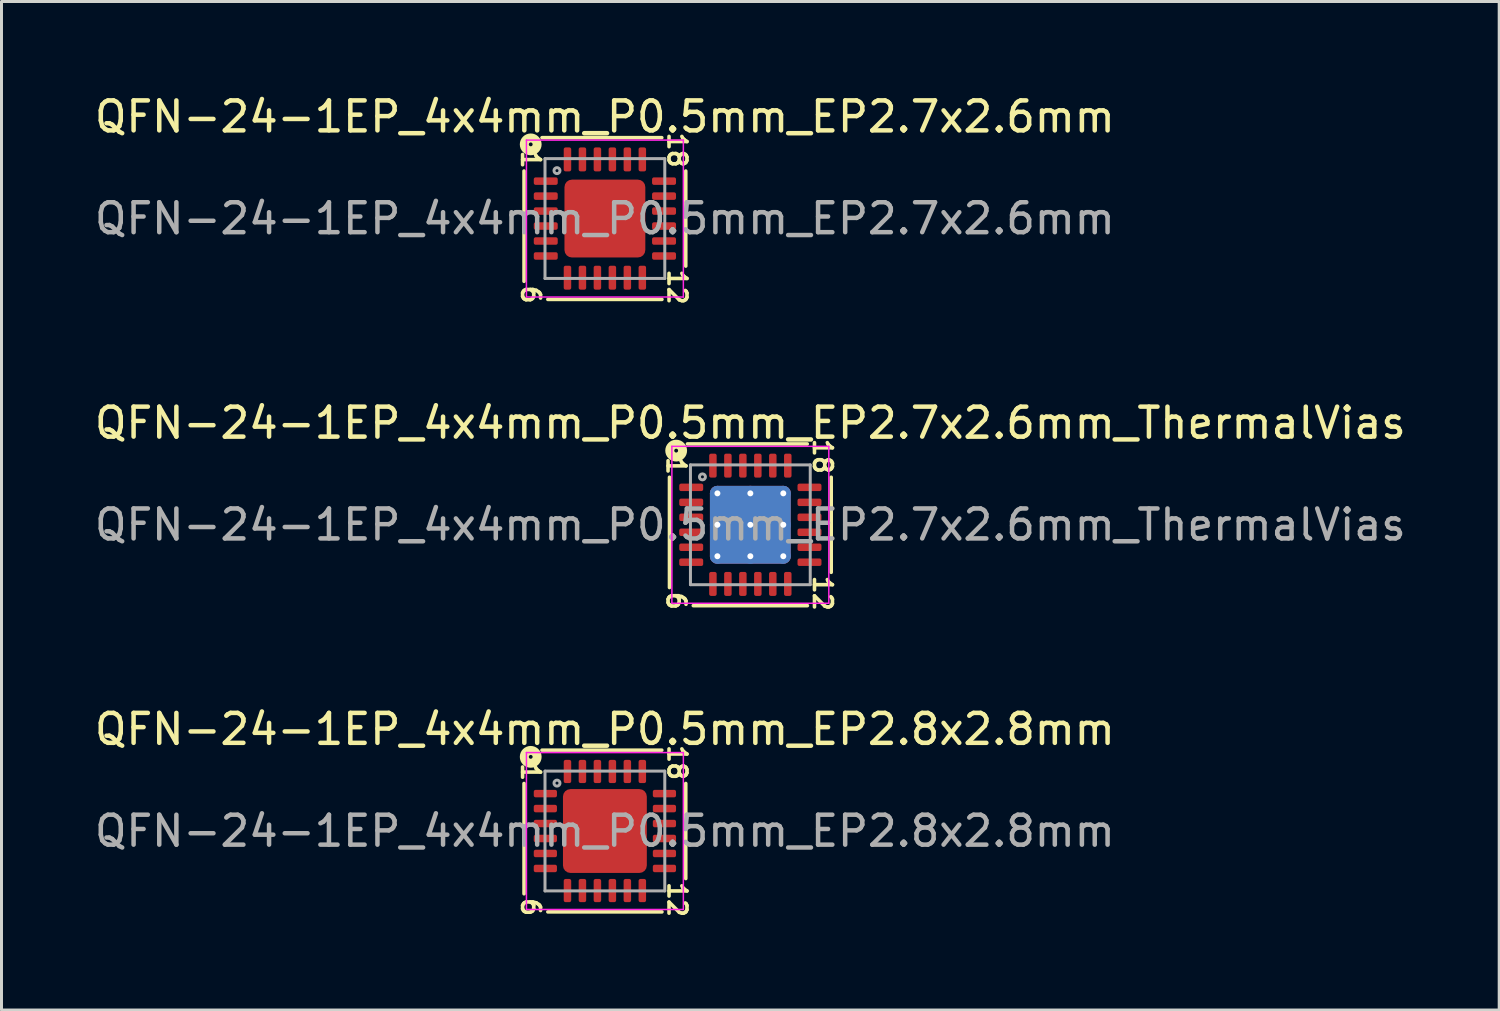
<source format=kicad_pcb>
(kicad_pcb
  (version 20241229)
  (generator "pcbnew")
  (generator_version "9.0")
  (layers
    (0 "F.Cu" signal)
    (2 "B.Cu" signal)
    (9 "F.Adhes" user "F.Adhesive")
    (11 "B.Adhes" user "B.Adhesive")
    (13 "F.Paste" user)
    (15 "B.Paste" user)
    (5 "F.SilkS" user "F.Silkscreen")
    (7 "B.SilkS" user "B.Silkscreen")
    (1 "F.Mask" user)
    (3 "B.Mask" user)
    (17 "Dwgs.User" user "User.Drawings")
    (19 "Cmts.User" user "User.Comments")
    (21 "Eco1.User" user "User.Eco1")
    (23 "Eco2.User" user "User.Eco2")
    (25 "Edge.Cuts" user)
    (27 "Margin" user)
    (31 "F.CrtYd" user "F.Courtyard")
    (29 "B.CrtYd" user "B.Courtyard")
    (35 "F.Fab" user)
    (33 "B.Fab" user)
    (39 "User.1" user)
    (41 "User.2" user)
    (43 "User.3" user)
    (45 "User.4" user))
  (footprint "QFN-24-1EP_4x4mm_P0.5mm_EP2.8x2.8mm"
    (layer "F.Cu")
    (at 17.149 24.7)
    (property "Reference" "QFN-24-1EP_4x4mm_P0.5mm_EP2.8x2.8mm" (at 0 -3.4 0) (layer "F.SilkS") (effects (font (size 1 1) (thickness 0.15))))
    (attr smd)
    (fp_line (start -2.7 -1.587) (end -2.7 2.095) (stroke (width 0.12) (type solid)) (layer "F.SilkS"))
    (fp_line (start -1.905 2.7) (end 1.905 2.7) (stroke (width 0.12) (type solid)) (layer "F.SilkS"))
    (fp_line (start 1.9 -2.7) (end -2.1 -2.7) (stroke (width 0.12) (type solid)) (layer "F.SilkS"))
    (fp_line (start 2.7 1.587) (end 2.7 -1.587) (stroke (width 0.12) (type solid)) (layer "F.SilkS"))
    (fp_circle (center -2.477 -2.477) (end -2.413 -2.477) (stroke (width 0.3) (type solid)) (fill no) (layer "F.SilkS"))
    (fp_line (start -2.62 -2.62) (end -2.62 2.62) (stroke (width 0.05) (type solid)) (layer "F.CrtYd"))
    (fp_line (start -2.62 2.62) (end 2.62 2.62) (stroke (width 0.05) (type solid)) (layer "F.CrtYd"))
    (fp_line (start 2.62 -2.62) (end -2.62 -2.62) (stroke (width 0.05) (type solid)) (layer "F.CrtYd"))
    (fp_line (start 2.62 2.62) (end 2.62 -2.62) (stroke (width 0.05) (type solid)) (layer "F.CrtYd"))
    (fp_line (start -2 -2) (end 2 -2) (stroke (width 0.1) (type solid)) (layer "F.Fab"))
    (fp_line (start -2 2) (end -2 -2) (stroke (width 0.1) (type solid)) (layer "F.Fab"))
    (fp_line (start 2 -2) (end 2 2) (stroke (width 0.1) (type solid)) (layer "F.Fab"))
    (fp_line (start 2 2) (end -2 2) (stroke (width 0.1) (type solid)) (layer "F.Fab"))
    (fp_circle (center -1.6 -1.6) (end -1.5 -1.6) (stroke (width 0.1) (type solid)) (fill no) (layer "F.Fab"))
    (fp_text user "18" (at 2.413 -2.286 270) (unlocked yes) (layer "F.SilkS") (effects (font (size 0.6 0.6) (thickness 0.12))))
    (fp_text user "12" (at 2.413 2.286 270) (unlocked yes) (layer "F.SilkS") (effects (font (size 0.6 0.6) (thickness 0.12))))
    (fp_text user "1" (at -2.477 -1.968 270) (unlocked yes) (layer "F.SilkS") (effects (font (size 0.6 0.6) (thickness 0.12))))
    (fp_text user "6" (at -2.477 2.54 270) (unlocked yes) (layer "F.SilkS") (effects (font (size 0.6 0.6) (thickness 0.12))))
    (fp_text user "${REFERENCE}" (at 0 0 0) (layer "F.Fab") (effects (font (size 1 1) (thickness 0.15))))
    (pad "" smd roundrect (at -0.7 -0.7) (size 1.13 1.13) (layers "F.Paste") (roundrect_rratio 0.221))
    (pad "" smd roundrect (at -0.7 0.7) (size 1.13 1.13) (layers "F.Paste") (roundrect_rratio 0.221))
    (pad "" smd roundrect (at 0.7 -0.7) (size 1.13 1.13) (layers "F.Paste") (roundrect_rratio 0.221))
    (pad "" smd roundrect (at 0.7 0.7) (size 1.13 1.13) (layers "F.Paste") (roundrect_rratio 0.221))
    (pad "1" smd roundrect (at -1.988 -1.25) (size 0.775 0.25) (layers "F.Cu" "F.Mask" "F.Paste") (roundrect_rratio 0.25))
    (pad "2" smd roundrect (at -1.988 -0.75) (size 0.775 0.25) (layers "F.Cu" "F.Mask" "F.Paste") (roundrect_rratio 0.25))
    (pad "3" smd roundrect (at -1.988 -0.25) (size 0.775 0.25) (layers "F.Cu" "F.Mask" "F.Paste") (roundrect_rratio 0.25))
    (pad "4" smd roundrect (at -1.988 0.25) (size 0.775 0.25) (layers "F.Cu" "F.Mask" "F.Paste") (roundrect_rratio 0.25))
    (pad "5" smd roundrect (at -1.988 0.75) (size 0.775 0.25) (layers "F.Cu" "F.Mask" "F.Paste") (roundrect_rratio 0.25))
    (pad "6" smd roundrect (at -1.988 1.25) (size 0.775 0.25) (layers "F.Cu" "F.Mask" "F.Paste") (roundrect_rratio 0.25))
    (pad "7" smd roundrect (at -1.25 1.988) (size 0.25 0.775) (layers "F.Cu" "F.Mask" "F.Paste") (roundrect_rratio 0.25))
    (pad "8" smd roundrect (at -0.75 1.988) (size 0.25 0.775) (layers "F.Cu" "F.Mask" "F.Paste") (roundrect_rratio 0.25))
    (pad "9" smd roundrect (at -0.25 1.988) (size 0.25 0.775) (layers "F.Cu" "F.Mask" "F.Paste") (roundrect_rratio 0.25))
    (pad "10" smd roundrect (at 0.25 1.988) (size 0.25 0.775) (layers "F.Cu" "F.Mask" "F.Paste") (roundrect_rratio 0.25))
    (pad "11" smd roundrect (at 0.75 1.988) (size 0.25 0.775) (layers "F.Cu" "F.Mask" "F.Paste") (roundrect_rratio 0.25))
    (pad "12" smd roundrect (at 1.25 1.988) (size 0.25 0.775) (layers "F.Cu" "F.Mask" "F.Paste") (roundrect_rratio 0.25))
    (pad "13" smd roundrect (at 1.988 1.25) (size 0.775 0.25) (layers "F.Cu" "F.Mask" "F.Paste") (roundrect_rratio 0.25))
    (pad "14" smd roundrect (at 1.988 0.75) (size 0.775 0.25) (layers "F.Cu" "F.Mask" "F.Paste") (roundrect_rratio 0.25))
    (pad "15" smd roundrect (at 1.988 0.25) (size 0.775 0.25) (layers "F.Cu" "F.Mask" "F.Paste") (roundrect_rratio 0.25))
    (pad "16" smd roundrect (at 1.988 -0.25) (size 0.775 0.25) (layers "F.Cu" "F.Mask" "F.Paste") (roundrect_rratio 0.25))
    (pad "17" smd roundrect (at 1.988 -0.75) (size 0.775 0.25) (layers "F.Cu" "F.Mask" "F.Paste") (roundrect_rratio 0.25))
    (pad "18" smd roundrect (at 1.988 -1.25) (size 0.775 0.25) (layers "F.Cu" "F.Mask" "F.Paste") (roundrect_rratio 0.25))
    (pad "19" smd roundrect (at 1.25 -1.988) (size 0.25 0.775) (layers "F.Cu" "F.Mask" "F.Paste") (roundrect_rratio 0.25))
    (pad "20" smd roundrect (at 0.75 -1.988) (size 0.25 0.775) (layers "F.Cu" "F.Mask" "F.Paste") (roundrect_rratio 0.25))
    (pad "21" smd roundrect (at 0.25 -1.988) (size 0.25 0.775) (layers "F.Cu" "F.Mask" "F.Paste") (roundrect_rratio 0.25))
    (pad "22" smd roundrect (at -0.25 -1.988) (size 0.25 0.775) (layers "F.Cu" "F.Mask" "F.Paste") (roundrect_rratio 0.25))
    (pad "23" smd roundrect (at -0.75 -1.988) (size 0.25 0.775) (layers "F.Cu" "F.Mask" "F.Paste") (roundrect_rratio 0.25))
    (pad "24" smd roundrect (at -1.25 -1.988) (size 0.25 0.775) (layers "F.Cu" "F.Mask" "F.Paste") (roundrect_rratio 0.25))
    (pad "25" smd roundrect (at 0 0) (size 2.8 2.8) (layers "F.Cu" "F.Mask") (roundrect_rratio 0.089)))
  (footprint "QFN-24-1EP_4x4mm_P0.5mm_EP2.7x2.6mm"
    (layer "F.Cu")
    (at 17.149 4.248)
    (property "Reference" "QFN-24-1EP_4x4mm_P0.5mm_EP2.7x2.6mm" (at 0 -3.4 0) (layer "F.SilkS") (effects (font (size 1 1) (thickness 0.15))))
    (attr smd)
    (fp_line (start -2.7 -1.587) (end -2.7 2.095) (stroke (width 0.12) (type solid)) (layer "F.SilkS"))
    (fp_line (start -1.905 2.7) (end 1.905 2.7) (stroke (width 0.12) (type solid)) (layer "F.SilkS"))
    (fp_line (start 1.9 -2.7) (end -2.1 -2.7) (stroke (width 0.12) (type solid)) (layer "F.SilkS"))
    (fp_line (start 2.7 1.587) (end 2.7 -1.587) (stroke (width 0.12) (type solid)) (layer "F.SilkS"))
    (fp_circle (center -2.477 -2.477) (end -2.413 -2.477) (stroke (width 0.3) (type solid)) (fill no) (layer "F.SilkS"))
    (fp_line (start -2.62 -2.62) (end -2.62 2.62) (stroke (width 0.05) (type solid)) (layer "F.CrtYd"))
    (fp_line (start -2.62 2.62) (end 2.62 2.62) (stroke (width 0.05) (type solid)) (layer "F.CrtYd"))
    (fp_line (start 2.62 -2.62) (end -2.62 -2.62) (stroke (width 0.05) (type solid)) (layer "F.CrtYd"))
    (fp_line (start 2.62 2.62) (end 2.62 -2.62) (stroke (width 0.05) (type solid)) (layer "F.CrtYd"))
    (fp_line (start -2 -2) (end 2 -2) (stroke (width 0.1) (type solid)) (layer "F.Fab"))
    (fp_line (start -2 2) (end -2 -2) (stroke (width 0.1) (type solid)) (layer "F.Fab"))
    (fp_line (start 2 -2) (end 2 2) (stroke (width 0.1) (type solid)) (layer "F.Fab"))
    (fp_line (start 2 2) (end -2 2) (stroke (width 0.1) (type solid)) (layer "F.Fab"))
    (fp_circle (center -1.6 -1.6) (end -1.5 -1.6) (stroke (width 0.1) (type solid)) (fill no) (layer "F.Fab"))
    (fp_text user "18" (at 2.413 -2.286 270) (unlocked yes) (layer "F.SilkS") (effects (font (size 0.6 0.6) (thickness 0.12))))
    (fp_text user "6" (at -2.477 2.54 270) (unlocked yes) (layer "F.SilkS") (effects (font (size 0.6 0.6) (thickness 0.12))))
    (fp_text user "1" (at -2.477 -1.968 270) (unlocked yes) (layer "F.SilkS") (effects (font (size 0.6 0.6) (thickness 0.12))))
    (fp_text user "12" (at 2.413 2.286 270) (unlocked yes) (layer "F.SilkS") (effects (font (size 0.6 0.6) (thickness 0.12))))
    (fp_text user "${REFERENCE}" (at 0 0 0) (layer "F.Fab") (effects (font (size 1 1) (thickness 0.15))))
    (pad "" smd roundrect (at -0.675 -0.65) (size 1.09 1.05) (layers "F.Paste") (roundrect_rratio 0.238))
    (pad "" smd roundrect (at -0.675 0.65) (size 1.09 1.05) (layers "F.Paste") (roundrect_rratio 0.238))
    (pad "" smd roundrect (at 0.675 -0.65) (size 1.09 1.05) (layers "F.Paste") (roundrect_rratio 0.238))
    (pad "" smd roundrect (at 0.675 0.65) (size 1.09 1.05) (layers "F.Paste") (roundrect_rratio 0.238))
    (pad "1" smd roundrect (at -1.975 -1.25) (size 0.8 0.25) (layers "F.Cu" "F.Mask" "F.Paste") (roundrect_rratio 0.25))
    (pad "2" smd roundrect (at -1.975 -0.75) (size 0.8 0.25) (layers "F.Cu" "F.Mask" "F.Paste") (roundrect_rratio 0.25))
    (pad "3" smd roundrect (at -1.975 -0.25) (size 0.8 0.25) (layers "F.Cu" "F.Mask" "F.Paste") (roundrect_rratio 0.25))
    (pad "4" smd roundrect (at -1.975 0.25) (size 0.8 0.25) (layers "F.Cu" "F.Mask" "F.Paste") (roundrect_rratio 0.25))
    (pad "5" smd roundrect (at -1.975 0.75) (size 0.8 0.25) (layers "F.Cu" "F.Mask" "F.Paste") (roundrect_rratio 0.25))
    (pad "6" smd roundrect (at -1.975 1.25) (size 0.8 0.25) (layers "F.Cu" "F.Mask" "F.Paste") (roundrect_rratio 0.25))
    (pad "7" smd roundrect (at -1.25 1.975) (size 0.25 0.8) (layers "F.Cu" "F.Mask" "F.Paste") (roundrect_rratio 0.25))
    (pad "8" smd roundrect (at -0.75 1.975) (size 0.25 0.8) (layers "F.Cu" "F.Mask" "F.Paste") (roundrect_rratio 0.25))
    (pad "9" smd roundrect (at -0.25 1.975) (size 0.25 0.8) (layers "F.Cu" "F.Mask" "F.Paste") (roundrect_rratio 0.25))
    (pad "10" smd roundrect (at 0.25 1.975) (size 0.25 0.8) (layers "F.Cu" "F.Mask" "F.Paste") (roundrect_rratio 0.25))
    (pad "11" smd roundrect (at 0.75 1.975) (size 0.25 0.8) (layers "F.Cu" "F.Mask" "F.Paste") (roundrect_rratio 0.25))
    (pad "12" smd roundrect (at 1.25 1.975) (size 0.25 0.8) (layers "F.Cu" "F.Mask" "F.Paste") (roundrect_rratio 0.25))
    (pad "13" smd roundrect (at 1.975 1.25) (size 0.8 0.25) (layers "F.Cu" "F.Mask" "F.Paste") (roundrect_rratio 0.25))
    (pad "14" smd roundrect (at 1.975 0.75) (size 0.8 0.25) (layers "F.Cu" "F.Mask" "F.Paste") (roundrect_rratio 0.25))
    (pad "15" smd roundrect (at 1.975 0.25) (size 0.8 0.25) (layers "F.Cu" "F.Mask" "F.Paste") (roundrect_rratio 0.25))
    (pad "16" smd roundrect (at 1.975 -0.25) (size 0.8 0.25) (layers "F.Cu" "F.Mask" "F.Paste") (roundrect_rratio 0.25))
    (pad "17" smd roundrect (at 1.975 -0.75) (size 0.8 0.25) (layers "F.Cu" "F.Mask" "F.Paste") (roundrect_rratio 0.25))
    (pad "18" smd roundrect (at 1.975 -1.25) (size 0.8 0.25) (layers "F.Cu" "F.Mask" "F.Paste") (roundrect_rratio 0.25))
    (pad "19" smd roundrect (at 1.25 -1.975) (size 0.25 0.8) (layers "F.Cu" "F.Mask" "F.Paste") (roundrect_rratio 0.25))
    (pad "20" smd roundrect (at 0.75 -1.975) (size 0.25 0.8) (layers "F.Cu" "F.Mask" "F.Paste") (roundrect_rratio 0.25))
    (pad "21" smd roundrect (at 0.25 -1.975) (size 0.25 0.8) (layers "F.Cu" "F.Mask" "F.Paste") (roundrect_rratio 0.25))
    (pad "22" smd roundrect (at -0.25 -1.975) (size 0.25 0.8) (layers "F.Cu" "F.Mask" "F.Paste") (roundrect_rratio 0.25))
    (pad "23" smd roundrect (at -0.75 -1.975) (size 0.25 0.8) (layers "F.Cu" "F.Mask" "F.Paste") (roundrect_rratio 0.25))
    (pad "24" smd roundrect (at -1.25 -1.975) (size 0.25 0.8) (layers "F.Cu" "F.Mask" "F.Paste") (roundrect_rratio 0.25))
    (pad "25" smd roundrect (at 0 0) (size 2.7 2.6) (layers "F.Cu" "F.Mask") (roundrect_rratio 0.096)))
  (footprint "QFN-24-1EP_4x4mm_P0.5mm_EP2.7x2.6mm_ThermalVias"
    (layer "F.Cu")
    (at 22.006 14.474)
    (property "Reference" "QFN-24-1EP_4x4mm_P0.5mm_EP2.7x2.6mm_ThermalVias" (at 0 -3.4 0) (layer "F.SilkS") (effects (font (size 1 1) (thickness 0.15))))
    (attr smd)
    (fp_line (start -2.7 -1.587) (end -2.7 2.095) (stroke (width 0.12) (type solid)) (layer "F.SilkS"))
    (fp_line (start -1.905 2.7) (end 1.905 2.7) (stroke (width 0.12) (type solid)) (layer "F.SilkS"))
    (fp_line (start 1.9 -2.7) (end -2.1 -2.7) (stroke (width 0.12) (type solid)) (layer "F.SilkS"))
    (fp_line (start 2.7 1.587) (end 2.7 -1.587) (stroke (width 0.12) (type solid)) (layer "F.SilkS"))
    (fp_circle (center -2.477 -2.477) (end -2.413 -2.477) (stroke (width 0.3) (type solid)) (fill no) (layer "F.SilkS"))
    (fp_line (start -2.62 -2.62) (end -2.62 2.62) (stroke (width 0.05) (type solid)) (layer "F.CrtYd"))
    (fp_line (start -2.62 2.62) (end 2.62 2.62) (stroke (width 0.05) (type solid)) (layer "F.CrtYd"))
    (fp_line (start 2.62 -2.62) (end -2.62 -2.62) (stroke (width 0.05) (type solid)) (layer "F.CrtYd"))
    (fp_line (start 2.62 2.62) (end 2.62 -2.62) (stroke (width 0.05) (type solid)) (layer "F.CrtYd"))
    (fp_line (start -2 -2) (end 2 -2) (stroke (width 0.1) (type solid)) (layer "F.Fab"))
    (fp_line (start -2 2) (end -2 -2) (stroke (width 0.1) (type solid)) (layer "F.Fab"))
    (fp_line (start 2 -2) (end 2 2) (stroke (width 0.1) (type solid)) (layer "F.Fab"))
    (fp_line (start 2 2) (end -2 2) (stroke (width 0.1) (type solid)) (layer "F.Fab"))
    (fp_circle (center -1.6 -1.6) (end -1.5 -1.6) (stroke (width 0.1) (type solid)) (fill no) (layer "F.Fab"))
    (fp_text user "18" (at 2.413 -2.286 270) (unlocked yes) (layer "F.SilkS") (effects (font (size 0.6 0.6) (thickness 0.12))))
    (fp_text user "6" (at -2.477 2.54 270) (unlocked yes) (layer "F.SilkS") (effects (font (size 0.6 0.6) (thickness 0.12))))
    (fp_text user "12" (at 2.413 2.286 270) (unlocked yes) (layer "F.SilkS") (effects (font (size 0.6 0.6) (thickness 0.12))))
    (fp_text user "1" (at -2.477 -1.968 270) (unlocked yes) (layer "F.SilkS") (effects (font (size 0.6 0.6) (thickness 0.12))))
    (fp_text user "${REFERENCE}" (at 0 0 0) (layer "F.Fab") (effects (font (size 1 1) (thickness 0.15))))
    (pad "" smd roundrect (at -0.675 -0.65) (size 1.17 1.13) (layers "F.Paste") (roundrect_rratio 0.221))
    (pad "" smd roundrect (at -0.675 0.65) (size 1.17 1.13) (layers "F.Paste") (roundrect_rratio 0.221))
    (pad "" smd roundrect (at 0.675 -0.65) (size 1.17 1.13) (layers "F.Paste") (roundrect_rratio 0.221))
    (pad "" smd roundrect (at 0.675 0.65) (size 1.17 1.13) (layers "F.Paste") (roundrect_rratio 0.221))
    (pad "1" smd roundrect (at -1.975 -1.25) (size 0.8 0.25) (layers "F.Cu" "F.Mask" "F.Paste") (roundrect_rratio 0.25))
    (pad "2" smd roundrect (at -1.975 -0.75) (size 0.8 0.25) (layers "F.Cu" "F.Mask" "F.Paste") (roundrect_rratio 0.25))
    (pad "3" smd roundrect (at -1.975 -0.25) (size 0.8 0.25) (layers "F.Cu" "F.Mask" "F.Paste") (roundrect_rratio 0.25))
    (pad "4" smd roundrect (at -1.975 0.25) (size 0.8 0.25) (layers "F.Cu" "F.Mask" "F.Paste") (roundrect_rratio 0.25))
    (pad "5" smd roundrect (at -1.975 0.75) (size 0.8 0.25) (layers "F.Cu" "F.Mask" "F.Paste") (roundrect_rratio 0.25))
    (pad "6" smd roundrect (at -1.975 1.25) (size 0.8 0.25) (layers "F.Cu" "F.Mask" "F.Paste") (roundrect_rratio 0.25))
    (pad "7" smd roundrect (at -1.25 1.975) (size 0.25 0.8) (layers "F.Cu" "F.Mask" "F.Paste") (roundrect_rratio 0.25))
    (pad "8" smd roundrect (at -0.75 1.975) (size 0.25 0.8) (layers "F.Cu" "F.Mask" "F.Paste") (roundrect_rratio 0.25))
    (pad "9" smd roundrect (at -0.25 1.975) (size 0.25 0.8) (layers "F.Cu" "F.Mask" "F.Paste") (roundrect_rratio 0.25))
    (pad "10" smd roundrect (at 0.25 1.975) (size 0.25 0.8) (layers "F.Cu" "F.Mask" "F.Paste") (roundrect_rratio 0.25))
    (pad "11" smd roundrect (at 0.75 1.975) (size 0.25 0.8) (layers "F.Cu" "F.Mask" "F.Paste") (roundrect_rratio 0.25))
    (pad "12" smd roundrect (at 1.25 1.975) (size 0.25 0.8) (layers "F.Cu" "F.Mask" "F.Paste") (roundrect_rratio 0.25))
    (pad "13" smd roundrect (at 1.975 1.25) (size 0.8 0.25) (layers "F.Cu" "F.Mask" "F.Paste") (roundrect_rratio 0.25))
    (pad "14" smd roundrect (at 1.975 0.75) (size 0.8 0.25) (layers "F.Cu" "F.Mask" "F.Paste") (roundrect_rratio 0.25))
    (pad "15" smd roundrect (at 1.975 0.25) (size 0.8 0.25) (layers "F.Cu" "F.Mask" "F.Paste") (roundrect_rratio 0.25))
    (pad "16" smd roundrect (at 1.975 -0.25) (size 0.8 0.25) (layers "F.Cu" "F.Mask" "F.Paste") (roundrect_rratio 0.25))
    (pad "17" smd roundrect (at 1.975 -0.75) (size 0.8 0.25) (layers "F.Cu" "F.Mask" "F.Paste") (roundrect_rratio 0.25))
    (pad "18" smd roundrect (at 1.975 -1.25) (size 0.8 0.25) (layers "F.Cu" "F.Mask" "F.Paste") (roundrect_rratio 0.25))
    (pad "19" smd roundrect (at 1.25 -1.975) (size 0.25 0.8) (layers "F.Cu" "F.Mask" "F.Paste") (roundrect_rratio 0.25))
    (pad "20" smd roundrect (at 0.75 -1.975) (size 0.25 0.8) (layers "F.Cu" "F.Mask" "F.Paste") (roundrect_rratio 0.25))
    (pad "21" smd roundrect (at 0.25 -1.975) (size 0.25 0.8) (layers "F.Cu" "F.Mask" "F.Paste") (roundrect_rratio 0.25))
    (pad "22" smd roundrect (at -0.25 -1.975) (size 0.25 0.8) (layers "F.Cu" "F.Mask" "F.Paste") (roundrect_rratio 0.25))
    (pad "23" smd roundrect (at -0.75 -1.975) (size 0.25 0.8) (layers "F.Cu" "F.Mask" "F.Paste") (roundrect_rratio 0.25))
    (pad "24" smd roundrect (at -1.25 -1.975) (size 0.25 0.8) (layers "F.Cu" "F.Mask" "F.Paste") (roundrect_rratio 0.25))
    (pad "25" thru_hole circle (at -1.1 -1.05) (size 0.5 0.5) (drill 0.2) (property pad_prop_heatsink) (layers "*.Cu"))
    (pad "25" thru_hole circle (at -1.1 0) (size 0.5 0.5) (drill 0.2) (property pad_prop_heatsink) (layers "*.Cu"))
    (pad "25" thru_hole circle (at -1.1 1.05) (size 0.5 0.5) (drill 0.2) (property pad_prop_heatsink) (layers "*.Cu"))
    (pad "25" thru_hole circle (at 0 -1.05) (size 0.5 0.5) (drill 0.2) (property pad_prop_heatsink) (layers "*.Cu"))
    (pad "25" thru_hole circle (at 0 0) (size 0.5 0.5) (drill 0.2) (property pad_prop_heatsink) (layers "*.Cu"))
    (pad "25" smd roundrect (at 0 0) (size 2.7 2.6) (layers "F.Cu" "F.Mask") (roundrect_rratio 0.096))
    (pad "25" smd roundrect (at 0 0) (size 2.7 2.6) (layers "B.Cu" "B.Mask") (roundrect_rratio 0.096))
    (pad "25" thru_hole circle (at 0 1.05) (size 0.5 0.5) (drill 0.2) (property pad_prop_heatsink) (layers "*.Cu"))
    (pad "25" thru_hole circle (at 1.1 -1.05) (size 0.5 0.5) (drill 0.2) (property pad_prop_heatsink) (layers "*.Cu"))
    (pad "25" thru_hole circle (at 1.1 0) (size 0.5 0.5) (drill 0.2) (property pad_prop_heatsink) (layers "*.Cu"))
    (pad "25" thru_hole circle (at 1.1 1.05) (size 0.5 0.5) (drill 0.2) (property pad_prop_heatsink) (layers "*.Cu")))
  (gr_rect
    (start -3 -3)
    (end 47.012 30.677)
    (stroke (width 0.1) (type default))
    (fill no)
    (layer "Edge.Cuts")))
</source>
